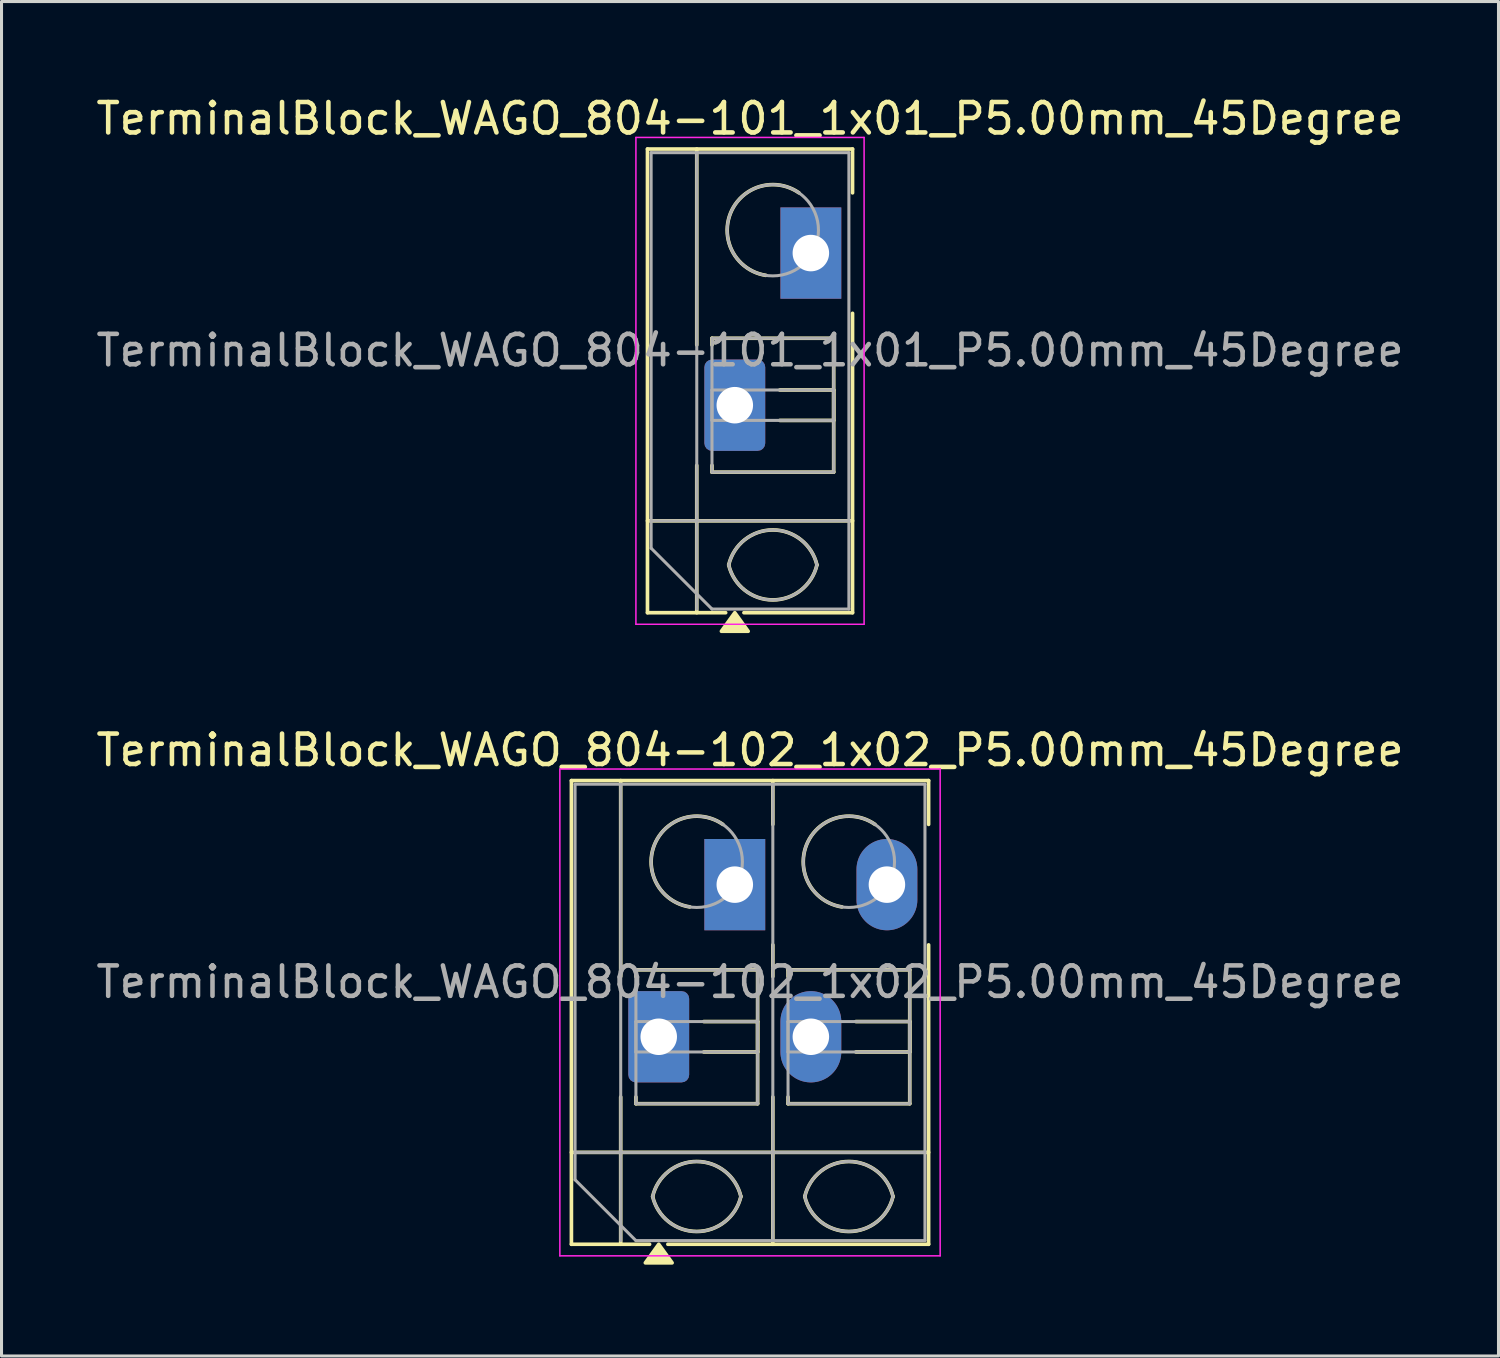
<source format=kicad_pcb>
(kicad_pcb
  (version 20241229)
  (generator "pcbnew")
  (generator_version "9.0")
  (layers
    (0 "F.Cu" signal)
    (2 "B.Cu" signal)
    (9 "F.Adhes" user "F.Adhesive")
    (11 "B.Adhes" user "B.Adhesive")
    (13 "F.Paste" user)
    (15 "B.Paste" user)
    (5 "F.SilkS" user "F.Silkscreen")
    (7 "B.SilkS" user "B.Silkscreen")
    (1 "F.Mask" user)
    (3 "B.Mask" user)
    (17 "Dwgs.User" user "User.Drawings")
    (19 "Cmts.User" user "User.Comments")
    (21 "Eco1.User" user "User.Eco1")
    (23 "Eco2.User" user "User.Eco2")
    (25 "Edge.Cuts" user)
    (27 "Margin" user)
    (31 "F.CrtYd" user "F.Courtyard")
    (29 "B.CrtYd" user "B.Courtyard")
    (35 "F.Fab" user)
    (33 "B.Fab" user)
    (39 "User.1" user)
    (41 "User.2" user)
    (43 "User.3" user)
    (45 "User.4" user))
  (footprint "TerminalBlock_WAGO_804-101_1x01_P5.00mm_45Degree"
    (layer "F.Cu")
    (at 21.101 10.268)
    (property "Reference" "TerminalBlock_WAGO_804-101_1x01_P5.00mm_45Degree" (at 0.5 -9.42 0) (layer "F.SilkS") (effects (font (size 1 1) (thickness 0.15))))
    (attr through_hole)
    (fp_line (start -2.87 -8.42) (end 3.87 -8.42) (stroke (width 0.12) (type solid)) (layer "F.SilkS"))
    (fp_line (start -2.87 3.8) (end 3.87 3.8) (stroke (width 0.12) (type solid)) (layer "F.SilkS"))
    (fp_line (start -2.87 6.82) (end -2.87 -8.42) (stroke (width 0.12) (type solid)) (layer "F.SilkS"))
    (fp_line (start -1.25 -8.42) (end -1.25 -1.98) (stroke (width 0.12) (type solid)) (layer "F.SilkS"))
    (fp_line (start -1.25 1.98) (end -1.25 6.82) (stroke (width 0.12) (type solid)) (layer "F.SilkS"))
    (fp_line (start -0.75 -2.2) (end 3.25 -2.2) (stroke (width 0.12) (type solid)) (layer "F.SilkS"))
    (fp_line (start -0.75 -1.98) (end -0.75 -2.2) (stroke (width 0.12) (type solid)) (layer "F.SilkS"))
    (fp_line (start -0.75 2.2) (end -0.75 1.98) (stroke (width 0.12) (type solid)) (layer "F.SilkS"))
    (fp_line (start -0.3 6.82) (end -2.87 6.82) (stroke (width 0.12) (type solid)) (layer "F.SilkS"))
    (fp_line (start 1.48 -0.5) (end 3.25 -0.5) (stroke (width 0.12) (type solid)) (layer "F.SilkS"))
    (fp_line (start 3.25 -2.2) (end 3.25 2.2) (stroke (width 0.12) (type solid)) (layer "F.SilkS"))
    (fp_line (start 3.25 -0.5) (end 3.25 0.5) (stroke (width 0.12) (type solid)) (layer "F.SilkS"))
    (fp_line (start 3.25 0.5) (end 1.48 0.5) (stroke (width 0.12) (type solid)) (layer "F.SilkS"))
    (fp_line (start 3.25 2.2) (end -0.75 2.2) (stroke (width 0.12) (type solid)) (layer "F.SilkS"))
    (fp_line (start 3.87 -8.42) (end 3.87 -6.98) (stroke (width 0.12) (type solid)) (layer "F.SilkS"))
    (fp_line (start 3.87 -3.02) (end 3.87 6.82) (stroke (width 0.12) (type solid)) (layer "F.SilkS"))
    (fp_line (start 3.87 6.82) (end 0.3 6.82) (stroke (width 0.12) (type solid)) (layer "F.SilkS"))
    (fp_arc (start -0.2 5.25) (mid 1.25 4.1) (end 2.7 5.25) (stroke (width 0.12) (type solid)) (layer "F.SilkS"))
    (fp_arc (start 1.02 -4.268) (mid -0.141916 -6.309209) (end 2.109 -6.98) (stroke (width 0.12) (type solid)) (layer "F.SilkS"))
    (fp_arc (start 2.7 5.25) (mid 1.25 6.4) (end -0.2 5.25) (stroke (width 0.12) (type solid)) (layer "F.SilkS"))
    (fp_poly (pts (xy 0 6.82) (xy 0.44 7.43) (xy -0.44 7.43)) (stroke (width 0.12) (type solid)) (fill yes) (layer "F.SilkS"))
    (fp_line (start -3.25 -8.8) (end -3.25 7.2) (stroke (width 0.05) (type solid)) (layer "F.CrtYd"))
    (fp_line (start -3.25 7.2) (end 4.25 7.2) (stroke (width 0.05) (type solid)) (layer "F.CrtYd"))
    (fp_line (start 4.25 -8.8) (end -3.25 -8.8) (stroke (width 0.05) (type solid)) (layer "F.CrtYd"))
    (fp_line (start 4.25 7.2) (end 4.25 -8.8) (stroke (width 0.05) (type solid)) (layer "F.CrtYd"))
    (fp_line (start -2.75 -8.3) (end 3.75 -8.3) (stroke (width 0.1) (type solid)) (layer "F.Fab"))
    (fp_line (start -2.75 3.8) (end 3.75 3.8) (stroke (width 0.1) (type solid)) (layer "F.Fab"))
    (fp_line (start -2.75 4.7) (end -2.75 -8.3) (stroke (width 0.1) (type solid)) (layer "F.Fab"))
    (fp_line (start -1.25 -8.3) (end -1.25 6.7) (stroke (width 0.1) (type solid)) (layer "F.Fab"))
    (fp_line (start -0.75 -2.2) (end -0.75 2.2) (stroke (width 0.1) (type solid)) (layer "F.Fab"))
    (fp_line (start -0.75 -0.5) (end -0.75 0.5) (stroke (width 0.1) (type solid)) (layer "F.Fab"))
    (fp_line (start -0.75 0.5) (end 3.25 0.5) (stroke (width 0.1) (type solid)) (layer "F.Fab"))
    (fp_line (start -0.75 2.2) (end 3.25 2.2) (stroke (width 0.1) (type solid)) (layer "F.Fab"))
    (fp_line (start -0.75 6.7) (end -2.75 4.7) (stroke (width 0.1) (type solid)) (layer "F.Fab"))
    (fp_line (start 3.25 -2.2) (end -0.75 -2.2) (stroke (width 0.1) (type solid)) (layer "F.Fab"))
    (fp_line (start 3.25 -0.5) (end -0.75 -0.5) (stroke (width 0.1) (type solid)) (layer "F.Fab"))
    (fp_line (start 3.25 0.5) (end 3.25 -0.5) (stroke (width 0.1) (type solid)) (layer "F.Fab"))
    (fp_line (start 3.25 2.2) (end 3.25 -2.2) (stroke (width 0.1) (type solid)) (layer "F.Fab"))
    (fp_line (start 3.75 -8.3) (end 3.75 6.7) (stroke (width 0.1) (type solid)) (layer "F.Fab"))
    (fp_line (start 3.75 6.7) (end -0.75 6.7) (stroke (width 0.1) (type solid)) (layer "F.Fab"))
    (fp_arc (start -0.2 5.25) (mid 1.25 4.1) (end 2.7 5.25) (stroke (width 0.1) (type solid)) (layer "F.Fab"))
    (fp_arc (start 2.7 5.25) (mid 1.25 6.4) (end -0.2 5.25) (stroke (width 0.1) (type solid)) (layer "F.Fab"))
    (fp_circle (center 1.25 -5.75) (end 2.75 -5.75) (stroke (width 0.1) (type solid)) (fill no) (layer "F.Fab"))
    (fp_text user "${REFERENCE}" (at 0.5 -1.8 0) (layer "F.Fab") (effects (font (size 1 1) (thickness 0.15))))
    (pad "1" thru_hole roundrect (at 0 0) (size 2 3) (drill 1.2) (layers "*.Cu" "*.Mask") (roundrect_rratio 0.125))
    (pad "1" thru_hole rect (at 2.5 -5) (size 2 3) (drill 1.2) (layers "*.Cu" "*.Mask")))
  (footprint "TerminalBlock_WAGO_804-102_1x02_P5.00mm_45Degree"
    (layer "F.Cu")
    (at 18.601 31.026)
    (property "Reference" "TerminalBlock_WAGO_804-102_1x02_P5.00mm_45Degree" (at 3 -9.42 0) (layer "F.SilkS") (effects (font (size 1 1) (thickness 0.15))))
    (attr through_hole)
    (fp_line (start -2.87 -8.42) (end 8.87 -8.42) (stroke (width 0.12) (type solid)) (layer "F.SilkS"))
    (fp_line (start -2.87 3.8) (end 8.87 3.8) (stroke (width 0.12) (type solid)) (layer "F.SilkS"))
    (fp_line (start -2.87 6.82) (end -2.87 -8.42) (stroke (width 0.12) (type solid)) (layer "F.SilkS"))
    (fp_line (start -1.25 -8.42) (end -1.25 -1.98) (stroke (width 0.12) (type solid)) (layer "F.SilkS"))
    (fp_line (start -1.25 1.98) (end -1.25 6.82) (stroke (width 0.12) (type solid)) (layer "F.SilkS"))
    (fp_line (start -0.75 -2.2) (end 3.25 -2.2) (stroke (width 0.12) (type solid)) (layer "F.SilkS"))
    (fp_line (start -0.75 -1.98) (end -0.75 -2.2) (stroke (width 0.12) (type solid)) (layer "F.SilkS"))
    (fp_line (start -0.75 2.2) (end -0.75 1.98) (stroke (width 0.12) (type solid)) (layer "F.SilkS"))
    (fp_line (start -0.3 6.82) (end -2.87 6.82) (stroke (width 0.12) (type solid)) (layer "F.SilkS"))
    (fp_line (start 1.48 -0.5) (end 3.25 -0.5) (stroke (width 0.12) (type solid)) (layer "F.SilkS"))
    (fp_line (start 3.25 -2.2) (end 3.25 2.2) (stroke (width 0.12) (type solid)) (layer "F.SilkS"))
    (fp_line (start 3.25 -0.5) (end 3.25 0.5) (stroke (width 0.12) (type solid)) (layer "F.SilkS"))
    (fp_line (start 3.25 0.5) (end 1.48 0.5) (stroke (width 0.12) (type solid)) (layer "F.SilkS"))
    (fp_line (start 3.25 2.2) (end -0.75 2.2) (stroke (width 0.12) (type solid)) (layer "F.SilkS"))
    (fp_line (start 3.75 -8.42) (end 3.75 -6.98) (stroke (width 0.12) (type solid)) (layer "F.SilkS"))
    (fp_line (start 3.75 -3.02) (end 3.75 -1.98) (stroke (width 0.12) (type solid)) (layer "F.SilkS"))
    (fp_line (start 3.75 1.98) (end 3.75 6.82) (stroke (width 0.12) (type solid)) (layer "F.SilkS"))
    (fp_line (start 4.25 -2.2) (end 8.25 -2.2) (stroke (width 0.12) (type solid)) (layer "F.SilkS"))
    (fp_line (start 4.25 -1.98) (end 4.25 -2.2) (stroke (width 0.12) (type solid)) (layer "F.SilkS"))
    (fp_line (start 4.25 2.2) (end 4.25 1.98) (stroke (width 0.12) (type solid)) (layer "F.SilkS"))
    (fp_line (start 6.48 -0.5) (end 8.25 -0.5) (stroke (width 0.12) (type solid)) (layer "F.SilkS"))
    (fp_line (start 8.25 -2.2) (end 8.25 2.2) (stroke (width 0.12) (type solid)) (layer "F.SilkS"))
    (fp_line (start 8.25 -0.5) (end 8.25 0.5) (stroke (width 0.12) (type solid)) (layer "F.SilkS"))
    (fp_line (start 8.25 0.5) (end 6.48 0.5) (stroke (width 0.12) (type solid)) (layer "F.SilkS"))
    (fp_line (start 8.25 2.2) (end 4.25 2.2) (stroke (width 0.12) (type solid)) (layer "F.SilkS"))
    (fp_line (start 8.87 -8.42) (end 8.87 -6.98) (stroke (width 0.12) (type solid)) (layer "F.SilkS"))
    (fp_line (start 8.87 -3.02) (end 8.87 6.82) (stroke (width 0.12) (type solid)) (layer "F.SilkS"))
    (fp_line (start 8.87 6.82) (end 0.3 6.82) (stroke (width 0.12) (type solid)) (layer "F.SilkS"))
    (fp_arc (start -0.2 5.25) (mid 1.25 4.1) (end 2.7 5.25) (stroke (width 0.12) (type solid)) (layer "F.SilkS"))
    (fp_arc (start 1.02 -4.268) (mid -0.141916 -6.309209) (end 2.109 -6.98) (stroke (width 0.12) (type solid)) (layer "F.SilkS"))
    (fp_arc (start 2.7 5.25) (mid 1.25 6.4) (end -0.2 5.25) (stroke (width 0.12) (type solid)) (layer "F.SilkS"))
    (fp_arc (start 4.8 5.25) (mid 6.25 4.1) (end 7.7 5.25) (stroke (width 0.12) (type solid)) (layer "F.SilkS"))
    (fp_arc (start 6.02 -4.268) (mid 4.858084 -6.309209) (end 7.109 -6.98) (stroke (width 0.12) (type solid)) (layer "F.SilkS"))
    (fp_arc (start 7.7 5.25) (mid 6.25 6.4) (end 4.8 5.25) (stroke (width 0.12) (type solid)) (layer "F.SilkS"))
    (fp_poly (pts (xy 0 6.82) (xy 0.44 7.43) (xy -0.44 7.43)) (stroke (width 0.12) (type solid)) (fill yes) (layer "F.SilkS"))
    (fp_line (start -3.25 -8.8) (end -3.25 7.2) (stroke (width 0.05) (type solid)) (layer "F.CrtYd"))
    (fp_line (start -3.25 7.2) (end 9.25 7.2) (stroke (width 0.05) (type solid)) (layer "F.CrtYd"))
    (fp_line (start 9.25 -8.8) (end -3.25 -8.8) (stroke (width 0.05) (type solid)) (layer "F.CrtYd"))
    (fp_line (start 9.25 7.2) (end 9.25 -8.8) (stroke (width 0.05) (type solid)) (layer "F.CrtYd"))
    (fp_line (start -2.75 -8.3) (end 8.75 -8.3) (stroke (width 0.1) (type solid)) (layer "F.Fab"))
    (fp_line (start -2.75 3.8) (end 8.75 3.8) (stroke (width 0.1) (type solid)) (layer "F.Fab"))
    (fp_line (start -2.75 4.7) (end -2.75 -8.3) (stroke (width 0.1) (type solid)) (layer "F.Fab"))
    (fp_line (start -1.25 -8.3) (end -1.25 6.7) (stroke (width 0.1) (type solid)) (layer "F.Fab"))
    (fp_line (start -0.75 -2.2) (end -0.75 2.2) (stroke (width 0.1) (type solid)) (layer "F.Fab"))
    (fp_line (start -0.75 -0.5) (end -0.75 0.5) (stroke (width 0.1) (type solid)) (layer "F.Fab"))
    (fp_line (start -0.75 0.5) (end 3.25 0.5) (stroke (width 0.1) (type solid)) (layer "F.Fab"))
    (fp_line (start -0.75 2.2) (end 3.25 2.2) (stroke (width 0.1) (type solid)) (layer "F.Fab"))
    (fp_line (start -0.75 6.7) (end -2.75 4.7) (stroke (width 0.1) (type solid)) (layer "F.Fab"))
    (fp_line (start 3.25 -2.2) (end -0.75 -2.2) (stroke (width 0.1) (type solid)) (layer "F.Fab"))
    (fp_line (start 3.25 -0.5) (end -0.75 -0.5) (stroke (width 0.1) (type solid)) (layer "F.Fab"))
    (fp_line (start 3.25 0.5) (end 3.25 -0.5) (stroke (width 0.1) (type solid)) (layer "F.Fab"))
    (fp_line (start 3.25 2.2) (end 3.25 -2.2) (stroke (width 0.1) (type solid)) (layer "F.Fab"))
    (fp_line (start 3.75 -8.3) (end 3.75 6.7) (stroke (width 0.1) (type solid)) (layer "F.Fab"))
    (fp_line (start 4.25 -2.2) (end 4.25 2.2) (stroke (width 0.1) (type solid)) (layer "F.Fab"))
    (fp_line (start 4.25 -0.5) (end 4.25 0.5) (stroke (width 0.1) (type solid)) (layer "F.Fab"))
    (fp_line (start 4.25 0.5) (end 8.25 0.5) (stroke (width 0.1) (type solid)) (layer "F.Fab"))
    (fp_line (start 4.25 2.2) (end 8.25 2.2) (stroke (width 0.1) (type solid)) (layer "F.Fab"))
    (fp_line (start 8.25 -2.2) (end 4.25 -2.2) (stroke (width 0.1) (type solid)) (layer "F.Fab"))
    (fp_line (start 8.25 -0.5) (end 4.25 -0.5) (stroke (width 0.1) (type solid)) (layer "F.Fab"))
    (fp_line (start 8.25 0.5) (end 8.25 -0.5) (stroke (width 0.1) (type solid)) (layer "F.Fab"))
    (fp_line (start 8.25 2.2) (end 8.25 -2.2) (stroke (width 0.1) (type solid)) (layer "F.Fab"))
    (fp_line (start 8.75 -8.3) (end 8.75 6.7) (stroke (width 0.1) (type solid)) (layer "F.Fab"))
    (fp_line (start 8.75 6.7) (end -0.75 6.7) (stroke (width 0.1) (type solid)) (layer "F.Fab"))
    (fp_arc (start -0.2 5.25) (mid 1.25 4.1) (end 2.7 5.25) (stroke (width 0.1) (type solid)) (layer "F.Fab"))
    (fp_arc (start 2.7 5.25) (mid 1.25 6.4) (end -0.2 5.25) (stroke (width 0.1) (type solid)) (layer "F.Fab"))
    (fp_arc (start 4.8 5.25) (mid 6.25 4.1) (end 7.7 5.25) (stroke (width 0.1) (type solid)) (layer "F.Fab"))
    (fp_arc (start 7.7 5.25) (mid 6.25 6.4) (end 4.8 5.25) (stroke (width 0.1) (type solid)) (layer "F.Fab"))
    (fp_circle (center 1.25 -5.75) (end 2.75 -5.75) (stroke (width 0.1) (type solid)) (fill no) (layer "F.Fab"))
    (fp_circle (center 6.25 -5.75) (end 7.75 -5.75) (stroke (width 0.1) (type solid)) (fill no) (layer "F.Fab"))
    (fp_text user "${REFERENCE}" (at 3 -1.8 0) (layer "F.Fab") (effects (font (size 1 1) (thickness 0.15))))
    (pad "1" thru_hole roundrect (at 0 0) (size 2 3) (drill 1.2) (layers "*.Cu" "*.Mask") (roundrect_rratio 0.125))
    (pad "1" thru_hole rect (at 2.5 -5) (size 2 3) (drill 1.2) (layers "*.Cu" "*.Mask"))
    (pad "2" thru_hole oval (at 5 0) (size 2 3) (drill 1.2) (layers "*.Cu" "*.Mask"))
    (pad "2" thru_hole oval (at 7.5 -5) (size 2 3) (drill 1.2) (layers "*.Cu" "*.Mask")))
  (gr_rect
    (start -3 -3)
    (end 46.202 41.517)
    (stroke (width 0.1) (type default))
    (fill no)
    (layer "Edge.Cuts")))
</source>
